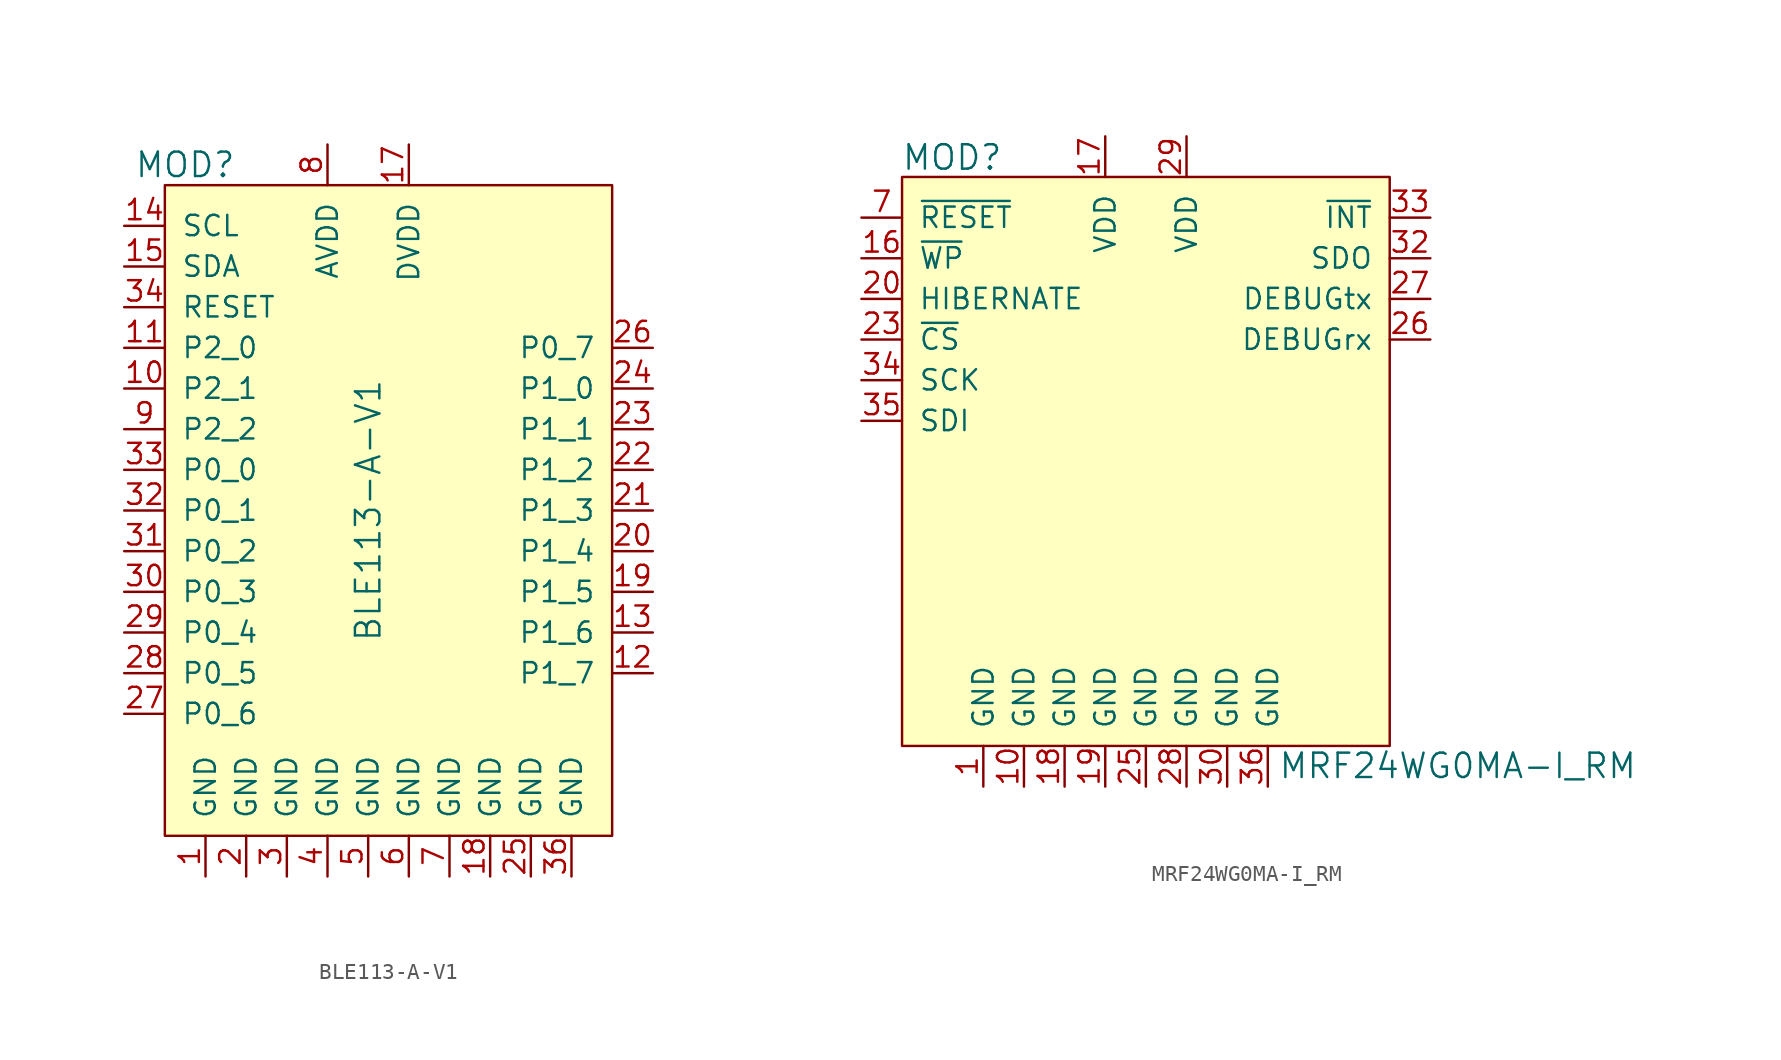
<source format=kicad_sym>
(kicad_symbol_lib
  (version 20220914)
  (generator kicad_symbol_editor)
  (symbol "BLE113-A-V1"
    (pin_names
      (offset 1.016))
    (property "Reference" "MOD"
      (at -11.43 21.59 0)
      (effects (font (size 1.524 1.524))))
    (property "Value" "BLE113-A-V1"
      (at 0 0 90)
      (effects (font (size 1.524 1.524))))
    (symbol "BLE113-A-V1_0_1"
      (rectangle (start -12.7 20.32) (end 15.24 -20.32) (stroke (width 0) (type solid)) (fill (type background))))
    (symbol "BLE113-A-V1_1_1"
      (pin power_in line (at -10.16 -22.86 90) (length 2.54) (name "GND" (effects (font (size 1.27 1.27)))) (number "1" (effects (font (size 1.27 1.27)))))
      (pin bidirectional line (at -15.24 7.62 0) (length 2.54) (name "P2_1" (effects (font (size 1.27 1.27)))) (number "10" (effects (font (size 1.27 1.27)))))
      (pin bidirectional line (at -15.24 10.16 0) (length 2.54) (name "P2_0" (effects (font (size 1.27 1.27)))) (number "11" (effects (font (size 1.27 1.27)))))
      (pin bidirectional line (at 17.78 -10.16 180) (length 2.54) (name "P1_7" (effects (font (size 1.27 1.27)))) (number "12" (effects (font (size 1.27 1.27)))))
      (pin bidirectional line (at 17.78 -7.62 180) (length 2.54) (name "P1_6" (effects (font (size 1.27 1.27)))) (number "13" (effects (font (size 1.27 1.27)))))
      (pin bidirectional line (at -15.24 17.78 0) (length 2.54) (name "SCL" (effects (font (size 1.27 1.27)))) (number "14" (effects (font (size 1.27 1.27)))))
      (pin bidirectional line (at -15.24 15.24 0) (length 2.54) (name "SDA" (effects (font (size 1.27 1.27)))) (number "15" (effects (font (size 1.27 1.27)))))
      (pin no_connect line (at 15.24 17.78 180) (length 2.54) hide (name "NC" (effects (font (size 1.27 1.27)))) (number "16" (effects (font (size 1.27 1.27)))))
      (pin power_in line (at 2.54 22.86 270) (length 2.54) (name "DVDD" (effects (font (size 1.27 1.27)))) (number "17" (effects (font (size 1.27 1.27)))))
      (pin power_in line (at 7.62 -22.86 90) (length 2.54) (name "GND" (effects (font (size 1.27 1.27)))) (number "18" (effects (font (size 1.27 1.27)))))
      (pin power_in line (at 17.78 -5.08 180) (length 2.54) (name "P1_5" (effects (font (size 1.27 1.27)))) (number "19" (effects (font (size 1.27 1.27)))))
      (pin power_in line (at -7.62 -22.86 90) (length 2.54) (name "GND" (effects (font (size 1.27 1.27)))) (number "2" (effects (font (size 1.27 1.27)))))
      (pin power_in line (at 17.78 -2.54 180) (length 2.54) (name "P1_4" (effects (font (size 1.27 1.27)))) (number "20" (effects (font (size 1.27 1.27)))))
      (pin power_in line (at 17.78 0 180) (length 2.54) (name "P1_3" (effects (font (size 1.27 1.27)))) (number "21" (effects (font (size 1.27 1.27)))))
      (pin power_in line (at 17.78 2.54 180) (length 2.54) (name "P1_2" (effects (font (size 1.27 1.27)))) (number "22" (effects (font (size 1.27 1.27)))))
      (pin power_in line (at 17.78 5.08 180) (length 2.54) (name "P1_1" (effects (font (size 1.27 1.27)))) (number "23" (effects (font (size 1.27 1.27)))))
      (pin power_in line (at 17.78 7.62 180) (length 2.54) (name "P1_0" (effects (font (size 1.27 1.27)))) (number "24" (effects (font (size 1.27 1.27)))))
      (pin power_in line (at 10.16 -22.86 90) (length 2.54) (name "GND" (effects (font (size 1.27 1.27)))) (number "25" (effects (font (size 1.27 1.27)))))
      (pin bidirectional line (at 17.78 10.16 180) (length 2.54) (name "P0_7" (effects (font (size 1.27 1.27)))) (number "26" (effects (font (size 1.27 1.27)))))
      (pin bidirectional line (at -15.24 -12.7 0) (length 2.54) (name "P0_6" (effects (font (size 1.27 1.27)))) (number "27" (effects (font (size 1.27 1.27)))))
      (pin bidirectional line (at -15.24 -10.16 0) (length 2.54) (name "P0_5" (effects (font (size 1.27 1.27)))) (number "28" (effects (font (size 1.27 1.27)))))
      (pin bidirectional line (at -15.24 -7.62 0) (length 2.54) (name "P0_4" (effects (font (size 1.27 1.27)))) (number "29" (effects (font (size 1.27 1.27)))))
      (pin power_in line (at -5.08 -22.86 90) (length 2.54) (name "GND" (effects (font (size 1.27 1.27)))) (number "3" (effects (font (size 1.27 1.27)))))
      (pin bidirectional line (at -15.24 -5.08 0) (length 2.54) (name "P0_3" (effects (font (size 1.27 1.27)))) (number "30" (effects (font (size 1.27 1.27)))))
      (pin bidirectional line (at -15.24 -2.54 0) (length 2.54) (name "P0_2" (effects (font (size 1.27 1.27)))) (number "31" (effects (font (size 1.27 1.27)))))
      (pin bidirectional line (at -15.24 0 0) (length 2.54) (name "P0_1" (effects (font (size 1.27 1.27)))) (number "32" (effects (font (size 1.27 1.27)))))
      (pin bidirectional line (at -15.24 2.54 0) (length 2.54) (name "P0_0" (effects (font (size 1.27 1.27)))) (number "33" (effects (font (size 1.27 1.27)))))
      (pin input line (at -15.24 12.7 0) (length 2.54) (name "RESET" (effects (font (size 1.27 1.27)))) (number "34" (effects (font (size 1.27 1.27)))))
      (pin no_connect line (at 15.24 15.24 180) (length 2.54) hide (name "NC" (effects (font (size 1.27 1.27)))) (number "35" (effects (font (size 1.27 1.27)))))
      (pin power_in line (at 12.7 -22.86 90) (length 2.54) (name "GND" (effects (font (size 1.27 1.27)))) (number "36" (effects (font (size 1.27 1.27)))))
      (pin power_in line (at -2.54 -22.86 90) (length 2.54) (name "GND" (effects (font (size 1.27 1.27)))) (number "4" (effects (font (size 1.27 1.27)))))
      (pin power_in line (at 0 -22.86 90) (length 2.54) (name "GND" (effects (font (size 1.27 1.27)))) (number "5" (effects (font (size 1.27 1.27)))))
      (pin power_in line (at 2.54 -22.86 90) (length 2.54) (name "GND" (effects (font (size 1.27 1.27)))) (number "6" (effects (font (size 1.27 1.27)))))
      (pin power_in line (at 5.08 -22.86 90) (length 2.54) (name "GND" (effects (font (size 1.27 1.27)))) (number "7" (effects (font (size 1.27 1.27)))))
      (pin power_in line (at -2.54 22.86 270) (length 2.54) (name "AVDD" (effects (font (size 1.27 1.27)))) (number "8" (effects (font (size 1.27 1.27)))))
      (pin bidirectional line (at -15.24 5.08 0) (length 2.54) (name "P2_2" (effects (font (size 1.27 1.27)))) (number "9" (effects (font (size 1.27 1.27)))))))
  (symbol "MRF24WG0MA-I_RM"
    (pin_names
      (offset 1.016))
    (property "Reference" "MOD"
      (at -15.291 18.999 0)
      (effects (font (size 1.524 1.524)) (justify left)))
    (property "Value" "MRF24WG0MA-I_RM"
      (at 8.255 -19.025 0)
      (effects (font (size 1.524 1.524)) (justify left)))
    (symbol "MRF24WG0MA-I_RM_0_1"
      (rectangle (start -15.24 17.78) (end 15.24 -17.78) (stroke (width 0) (type solid)) (fill (type background))))
    (symbol "MRF24WG0MA-I_RM_1_1"
      (pin power_in line (at -10.16 -20.32 90) (length 2.54) (name "GND" (effects (font (size 1.27 1.27)))) (number "1" (effects (font (size 1.27 1.27)))))
      (pin power_in line (at -7.62 -20.32 90) (length 2.54) (name "GND" (effects (font (size 1.27 1.27)))) (number "10" (effects (font (size 1.27 1.27)))))
      (pin no_connect line (at 15.24 5.08 180) (length 2.54) hide (name "N.C." (effects (font (size 1.27 1.27)))) (number "11" (effects (font (size 1.27 1.27)))))
      (pin no_connect line (at 15.24 2.54 180) (length 2.54) hide (name "N.C." (effects (font (size 1.27 1.27)))) (number "12" (effects (font (size 1.27 1.27)))))
      (pin no_connect line (at 15.24 0 180) (length 2.54) hide (name "N.C." (effects (font (size 1.27 1.27)))) (number "13" (effects (font (size 1.27 1.27)))))
      (pin no_connect line (at 15.24 -2.54 180) (length 2.54) hide (name "N.C." (effects (font (size 1.27 1.27)))) (number "14" (effects (font (size 1.27 1.27)))))
      (pin no_connect line (at 15.24 -5.08 180) (length 2.54) hide (name "N.C." (effects (font (size 1.27 1.27)))) (number "15" (effects (font (size 1.27 1.27)))))
      (pin input line (at -17.78 12.7 0) (length 2.54) (name "~{WP}" (effects (font (size 1.27 1.27)))) (number "16" (effects (font (size 1.27 1.27)))))
      (pin power_in line (at -2.54 20.32 270) (length 2.54) (name "VDD" (effects (font (size 1.27 1.27)))) (number "17" (effects (font (size 1.27 1.27)))))
      (pin power_in line (at -5.08 -20.32 90) (length 2.54) (name "GND" (effects (font (size 1.27 1.27)))) (number "18" (effects (font (size 1.27 1.27)))))
      (pin power_in line (at -2.54 -20.32 90) (length 2.54) (name "GND" (effects (font (size 1.27 1.27)))) (number "19" (effects (font (size 1.27 1.27)))))
      (pin no_connect line (at -15.24 0 0) (length 2.54) hide (name "N.C." (effects (font (size 1.27 1.27)))) (number "2" (effects (font (size 1.27 1.27)))))
      (pin input line (at -17.78 10.16 0) (length 2.54) (name "HIBERNATE" (effects (font (size 1.27 1.27)))) (number "20" (effects (font (size 1.27 1.27)))))
      (pin no_connect line (at 15.24 -15.24 180) (length 2.54) hide (name "N.C." (effects (font (size 1.27 1.27)))) (number "21" (effects (font (size 1.27 1.27)))))
      (pin no_connect line (at 15.24 -12.7 180) (length 2.54) hide (name "N.C." (effects (font (size 1.27 1.27)))) (number "22" (effects (font (size 1.27 1.27)))))
      (pin input line (at -17.78 7.62 0) (length 2.54) (name "~{CS}" (effects (font (size 1.27 1.27)))) (number "23" (effects (font (size 1.27 1.27)))))
      (pin no_connect line (at 15.24 -10.16 180) (length 2.54) hide (name "N.C." (effects (font (size 1.27 1.27)))) (number "24" (effects (font (size 1.27 1.27)))))
      (pin power_in line (at 0 -20.32 90) (length 2.54) (name "GND" (effects (font (size 1.27 1.27)))) (number "25" (effects (font (size 1.27 1.27)))))
      (pin input line (at 17.78 7.62 180) (length 2.54) (name "DEBUGrx" (effects (font (size 1.27 1.27)))) (number "26" (effects (font (size 1.27 1.27)))))
      (pin output line (at 17.78 10.16 180) (length 2.54) (name "DEBUGtx" (effects (font (size 1.27 1.27)))) (number "27" (effects (font (size 1.27 1.27)))))
      (pin power_in line (at 2.54 -20.32 90) (length 2.54) (name "GND" (effects (font (size 1.27 1.27)))) (number "28" (effects (font (size 1.27 1.27)))))
      (pin power_in line (at 2.54 20.32 270) (length 2.54) (name "VDD" (effects (font (size 1.27 1.27)))) (number "29" (effects (font (size 1.27 1.27)))))
      (pin no_connect line (at -15.24 -2.54 0) (length 2.54) hide (name "N.C." (effects (font (size 1.27 1.27)))) (number "3" (effects (font (size 1.27 1.27)))))
      (pin power_in line (at 5.08 -20.32 90) (length 2.54) (name "GND" (effects (font (size 1.27 1.27)))) (number "30" (effects (font (size 1.27 1.27)))))
      (pin no_connect line (at 15.24 -7.62 180) (length 2.54) hide (name "N.C." (effects (font (size 1.27 1.27)))) (number "31" (effects (font (size 1.27 1.27)))))
      (pin output line (at 17.78 12.7 180) (length 2.54) (name "SDO" (effects (font (size 1.27 1.27)))) (number "32" (effects (font (size 1.27 1.27)))))
      (pin output line (at 17.78 15.24 180) (length 2.54) (name "~{INT}" (effects (font (size 1.27 1.27)))) (number "33" (effects (font (size 1.27 1.27)))))
      (pin input line (at -17.78 5.08 0) (length 2.54) (name "SCK" (effects (font (size 1.27 1.27)))) (number "34" (effects (font (size 1.27 1.27)))))
      (pin input line (at -17.78 2.54 0) (length 2.54) (name "SDI" (effects (font (size 1.27 1.27)))) (number "35" (effects (font (size 1.27 1.27)))))
      (pin power_in line (at 7.62 -20.32 90) (length 2.54) (name "GND" (effects (font (size 1.27 1.27)))) (number "36" (effects (font (size 1.27 1.27)))))
      (pin no_connect line (at -15.24 -5.08 0) (length 2.54) hide (name "N.C." (effects (font (size 1.27 1.27)))) (number "4" (effects (font (size 1.27 1.27)))))
      (pin no_connect line (at -15.24 -7.62 0) (length 2.54) hide (name "N.C." (effects (font (size 1.27 1.27)))) (number "5" (effects (font (size 1.27 1.27)))))
      (pin no_connect line (at -15.24 -10.16 0) (length 2.54) hide (name "N.C." (effects (font (size 1.27 1.27)))) (number "6" (effects (font (size 1.27 1.27)))))
      (pin input line (at -17.78 15.24 0) (length 2.54) (name "~{RESET}" (effects (font (size 1.27 1.27)))) (number "7" (effects (font (size 1.27 1.27)))))
      (pin no_connect line (at -15.24 -12.7 0) (length 2.54) hide (name "N.C." (effects (font (size 1.27 1.27)))) (number "8" (effects (font (size 1.27 1.27)))))
      (pin no_connect line (at -15.24 -15.24 0) (length 2.54) hide (name "N.C." (effects (font (size 1.27 1.27)))) (number "9" (effects (font (size 1.27 1.27))))))))
</source>
